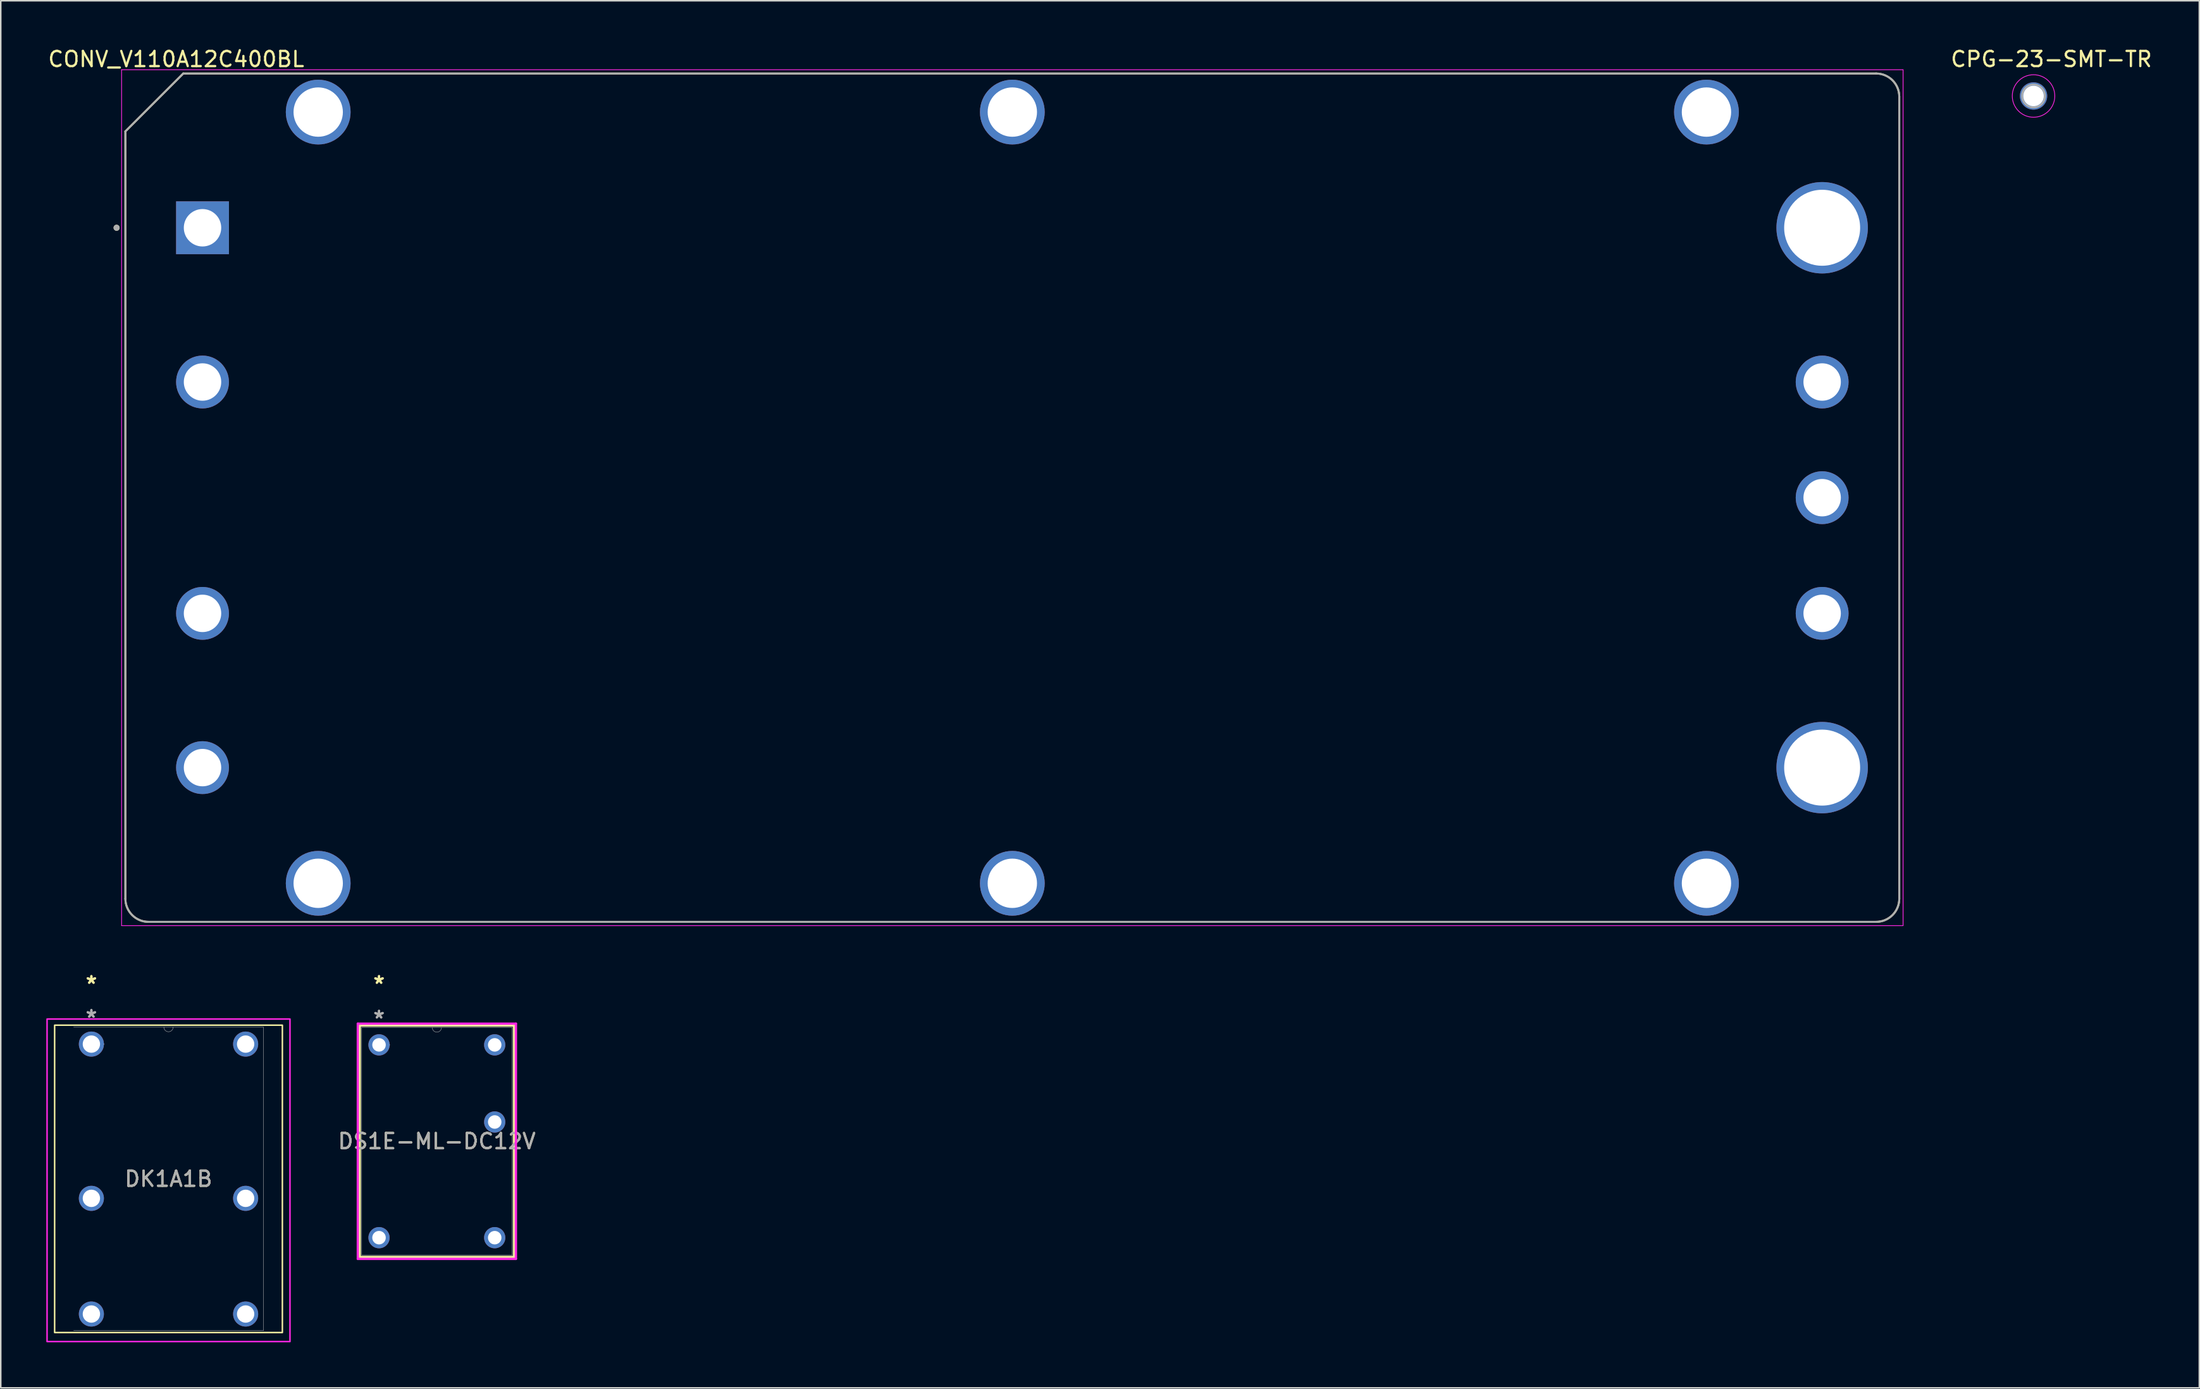
<source format=kicad_pcb>
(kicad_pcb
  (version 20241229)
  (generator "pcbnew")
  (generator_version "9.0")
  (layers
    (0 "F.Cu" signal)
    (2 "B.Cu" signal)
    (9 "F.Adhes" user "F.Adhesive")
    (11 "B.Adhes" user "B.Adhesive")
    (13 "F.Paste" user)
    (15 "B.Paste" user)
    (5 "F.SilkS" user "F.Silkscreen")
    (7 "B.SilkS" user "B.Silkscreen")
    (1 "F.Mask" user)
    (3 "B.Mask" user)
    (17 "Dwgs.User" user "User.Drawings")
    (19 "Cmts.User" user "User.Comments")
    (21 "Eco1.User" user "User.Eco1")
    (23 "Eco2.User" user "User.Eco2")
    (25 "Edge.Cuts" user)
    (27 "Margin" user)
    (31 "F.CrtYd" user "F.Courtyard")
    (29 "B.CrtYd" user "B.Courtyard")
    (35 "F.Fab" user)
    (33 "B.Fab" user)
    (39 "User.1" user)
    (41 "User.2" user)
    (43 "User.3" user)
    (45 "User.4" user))
  (footprint "CPG-23-SMT-TR"
    (layer "F.Cu")
    (at 130.893 3.273)
    (property "Reference" "CPG-23-SMT-TR" (at 1.175 -2.425 0) (layer "F.SilkS") (effects (font (size 1 1) (thickness 0.15))))
    (attr through_hole)
    (fp_circle (center 0 0) (end 1.4 0) (stroke (width 0.05) (type solid)) (fill no) (layer "F.CrtYd"))
    (fp_circle (center 0 0) (end 0.75 0) (stroke (width 0.127) (type solid)) (fill no) (layer "F.Fab"))
    (pad "1" thru_hole circle (at 0 0) (size 1.8 1.8) (drill 1.35) (layers "*.Cu" "*.Mask")))
  (footprint "CONV_V110A12C400BL"
    (layer "F.Cu")
    (at 63.629 29.733)
    (property "Reference" "CONV_V110A12C400BL" (at -55.075 -28.885 0) (layer "F.SilkS") (effects (font (size 1 1) (thickness 0.15))))
    (attr through_hole)
    (fp_line (start -58.42 -24.13) (end -58.42 26.416) (stroke (width 0.127) (type solid)) (layer "F.SilkS"))
    (fp_line (start -56.896 27.94) (end 56.896 27.94) (stroke (width 0.127) (type solid)) (layer "F.SilkS"))
    (fp_line (start -54.61 -27.94) (end -58.42 -24.13) (stroke (width 0.127) (type solid)) (layer "F.SilkS"))
    (fp_line (start 56.896 -27.94) (end -54.61 -27.94) (stroke (width 0.127) (type solid)) (layer "F.SilkS"))
    (fp_line (start 58.42 26.416) (end 58.42 -26.416) (stroke (width 0.127) (type solid)) (layer "F.SilkS"))
    (fp_arc (start -56.896 27.94) (mid -57.973631 27.493631) (end -58.42 26.416) (stroke (width 0.127) (type solid)) (layer "F.SilkS"))
    (fp_arc (start 56.896 -27.94) (mid 57.973631 -27.493631) (end 58.42 -26.416) (stroke (width 0.127) (type solid)) (layer "F.SilkS"))
    (fp_arc (start 58.42 26.416) (mid 57.973631 27.493631) (end 56.896 27.94) (stroke (width 0.127) (type solid)) (layer "F.SilkS"))
    (fp_circle (center -59 -17.78) (end -58.9 -17.78) (stroke (width 0.2) (type solid)) (fill no) (layer "F.SilkS"))
    (fp_line (start -58.67 -28.19) (end 58.67 -28.19) (stroke (width 0.05) (type solid)) (layer "F.CrtYd"))
    (fp_line (start -58.67 28.19) (end -58.67 -28.19) (stroke (width 0.05) (type solid)) (layer "F.CrtYd"))
    (fp_line (start 58.67 -28.19) (end 58.67 28.19) (stroke (width 0.05) (type solid)) (layer "F.CrtYd"))
    (fp_line (start 58.67 28.19) (end -58.67 28.19) (stroke (width 0.05) (type solid)) (layer "F.CrtYd"))
    (fp_line (start -58.42 -24.13) (end -58.42 26.416) (stroke (width 0.127) (type solid)) (layer "F.Fab"))
    (fp_line (start -56.896 27.94) (end 56.896 27.94) (stroke (width 0.127) (type solid)) (layer "F.Fab"))
    (fp_line (start -54.61 -27.94) (end -58.42 -24.13) (stroke (width 0.127) (type solid)) (layer "F.Fab"))
    (fp_line (start 56.896 -27.94) (end -54.61 -27.94) (stroke (width 0.127) (type solid)) (layer "F.Fab"))
    (fp_line (start 58.42 26.416) (end 58.42 -26.416) (stroke (width 0.127) (type solid)) (layer "F.Fab"))
    (fp_arc (start -56.896 27.94) (mid -57.973631 27.493631) (end -58.42 26.416) (stroke (width 0.127) (type solid)) (layer "F.Fab"))
    (fp_arc (start 56.896 -27.94) (mid 57.973631 -27.493631) (end 58.42 -26.416) (stroke (width 0.127) (type solid)) (layer "F.Fab"))
    (fp_arc (start 58.42 26.416) (mid 57.973631 27.493631) (end 56.896 27.94) (stroke (width 0.127) (type solid)) (layer "F.Fab"))
    (fp_circle (center -59 -17.78) (end -58.9 -17.78) (stroke (width 0.2) (type solid)) (fill no) (layer "F.Fab"))
    (pad "1" thru_hole rect (at -53.34 -17.78) (size 3.48 3.48) (drill 2.464) (layers "*.Cu" "*.Mask"))
    (pad "2" thru_hole circle (at -53.34 -7.62) (size 3.48 3.48) (drill 2.464) (layers "*.Cu" "*.Mask"))
    (pad "3" thru_hole circle (at -53.34 7.62) (size 3.48 3.48) (drill 2.464) (layers "*.Cu" "*.Mask"))
    (pad "4" thru_hole circle (at -53.34 17.78) (size 3.48 3.48) (drill 2.464) (layers "*.Cu" "*.Mask"))
    (pad "5" thru_hole circle (at 53.34 17.78) (size 6.02 6.02) (drill 5.004) (layers "*.Cu" "*.Mask"))
    (pad "6" thru_hole circle (at 53.34 7.62) (size 3.48 3.48) (drill 2.464) (layers "*.Cu" "*.Mask"))
    (pad "7" thru_hole circle (at 53.34 0) (size 3.48 3.48) (drill 2.464) (layers "*.Cu" "*.Mask"))
    (pad "8" thru_hole circle (at 53.34 -7.62) (size 3.48 3.48) (drill 2.464) (layers "*.Cu" "*.Mask"))
    (pad "9" thru_hole circle (at 53.34 -17.78) (size 6.02 6.02) (drill 5.004) (layers "*.Cu" "*.Mask"))
    (pad "SH1" thru_hole circle (at -45.72 25.4) (size 4.266 4.266) (drill 3.25) (layers "*.Cu" "*.Mask"))
    (pad "SH2" thru_hole circle (at -45.72 -25.4) (size 4.266 4.266) (drill 3.25) (layers "*.Cu" "*.Mask"))
    (pad "SH3" thru_hole circle (at 0 25.4) (size 4.266 4.266) (drill 3.25) (layers "*.Cu" "*.Mask"))
    (pad "SH4" thru_hole circle (at 0 -25.4) (size 4.266 4.266) (drill 3.25) (layers "*.Cu" "*.Mask"))
    (pad "SH5" thru_hole circle (at 45.72 25.4) (size 4.266 4.266) (drill 3.25) (layers "*.Cu" "*.Mask"))
    (pad "SH6" thru_hole circle (at 45.72 -25.4) (size 4.266 4.266) (drill 3.25) (layers "*.Cu" "*.Mask")))
  (footprint "DK1A1B"
    (layer "F.Cu")
    (at 2.969 65.725)
    (property "Reference" "DK1A1B" (at 5.08 8.877 0) (unlocked yes) (layer "F.SilkS") (effects (font (size 1 1) (thickness 0.15))))
    (attr through_hole)
    (fp_rect (start -2.42 -1.245) (end 12.58 19) (stroke (width 0.1) (type default)) (fill no) (layer "F.SilkS"))
    (fp_rect (start -2.919 -1.651) (end 13.081 19.594) (stroke (width 0.1) (type default)) (fill no) (layer "F.CrtYd"))
    (fp_line (start -1.168 18.872) (end 11.328 18.872) (stroke (width 0.025) (type solid)) (layer "F.Fab"))
    (fp_line (start 11.328 -1.118) (end -1.168 -1.118) (stroke (width 0.025) (type solid)) (layer "F.Fab"))
    (fp_line (start 11.328 18.872) (end 11.328 -1.118) (stroke (width 0.025) (type solid)) (layer "F.Fab"))
    (fp_arc (start 5.3848 -1.1176) (mid 5.08 -0.8128) (end 4.7752 -1.1176) (stroke (width 0.0254) (type solid)) (layer "F.Fab"))
    (fp_circle (center 0.826 0) (end 0.826 0) (stroke (width 0.025) (type solid)) (fill no) (layer "F.Fab"))
    (fp_text user "*" (at 0 -3.929 0) (unlocked yes) (layer "F.SilkS") (effects (font (size 1 1) (thickness 0.15))))
    (fp_text user "*" (at 0 -3.929 0) (layer "F.SilkS") (effects (font (size 1 1) (thickness 0.15))))
    (fp_text user "*" (at 0 -1.693 0) (layer "F.Fab") (effects (font (size 1 1) (thickness 0.15))))
    (fp_text user "*" (at 0 -1.693 0) (unlocked yes) (layer "F.Fab") (effects (font (size 1 1) (thickness 0.15))))
    (fp_text user "${REFERENCE}" (at 5.08 8.877 0) (unlocked yes) (layer "F.Fab") (effects (font (size 1 1) (thickness 0.15))))
    (pad "1" thru_hole circle (at 0 0) (size 1.651 1.651) (drill 1.143) (layers "*.Cu" "*.Mask"))
    (pad "3" thru_hole circle (at 0 10.16) (size 1.651 1.651) (drill 1.143) (layers "*.Cu" "*.Mask"))
    (pad "4" thru_hole circle (at 0 17.78) (size 1.651 1.651) (drill 1.143) (layers "*.Cu" "*.Mask"))
    (pad "5" thru_hole circle (at 10.16 17.78) (size 1.651 1.651) (drill 1.143) (layers "*.Cu" "*.Mask"))
    (pad "6" thru_hole circle (at 10.16 10.16) (size 1.651 1.651) (drill 1.143) (layers "*.Cu" "*.Mask"))
    (pad "8" thru_hole circle (at 10.16 0) (size 1.651 1.651) (drill 1.143) (layers "*.Cu" "*.Mask")))
  (footprint "DS1E-ML-DC12V"
    (layer "F.Cu")
    (at 21.915 65.776)
    (property "Reference" "DS1E-ML-DC12V" (at 3.81 6.35 0) (unlocked yes) (layer "F.SilkS") (effects (font (size 1 1) (thickness 0.15))))
    (attr through_hole)
    (fp_line (start -1.27 -1.27) (end -1.27 13.97) (stroke (width 0.152) (type solid)) (layer "F.SilkS"))
    (fp_line (start -1.27 13.97) (end 8.89 13.97) (stroke (width 0.152) (type solid)) (layer "F.SilkS"))
    (fp_line (start 8.89 -1.27) (end -1.27 -1.27) (stroke (width 0.152) (type solid)) (layer "F.SilkS"))
    (fp_line (start 8.89 13.97) (end 8.89 -1.27) (stroke (width 0.152) (type solid)) (layer "F.SilkS"))
    (fp_line (start -1.397 -1.397) (end 9.017 -1.397) (stroke (width 0.152) (type solid)) (layer "F.CrtYd"))
    (fp_line (start -1.397 14.097) (end -1.397 -1.397) (stroke (width 0.152) (type solid)) (layer "F.CrtYd"))
    (fp_line (start 9.017 -1.397) (end 9.017 14.097) (stroke (width 0.152) (type solid)) (layer "F.CrtYd"))
    (fp_line (start 9.017 14.097) (end -1.397 14.097) (stroke (width 0.152) (type solid)) (layer "F.CrtYd"))
    (fp_line (start -1.143 -1.143) (end -1.143 13.843) (stroke (width 0.025) (type solid)) (layer "F.Fab"))
    (fp_line (start -1.143 13.843) (end 8.763 13.843) (stroke (width 0.025) (type solid)) (layer "F.Fab"))
    (fp_line (start 8.763 -1.143) (end -1.143 -1.143) (stroke (width 0.025) (type solid)) (layer "F.Fab"))
    (fp_line (start 8.763 13.843) (end 8.763 -1.143) (stroke (width 0.025) (type solid)) (layer "F.Fab"))
    (fp_arc (start 4.1148 -1.143) (mid 3.81 -0.8382) (end 3.5052 -1.143) (stroke (width 0.0254) (type solid)) (layer "F.Fab"))
    (fp_circle (center 0.699 0) (end 0.699 0) (stroke (width 0.025) (type solid)) (fill no) (layer "F.Fab"))
    (fp_text user "*" (at 0 -3.979 0) (layer "F.SilkS") (effects (font (size 1 1) (thickness 0.15))))
    (fp_text user "*" (at 0 -3.979 0) (unlocked yes) (layer "F.SilkS") (effects (font (size 1 1) (thickness 0.15))))
    (fp_text user "${REFERENCE}" (at 3.81 6.35 0) (unlocked yes) (layer "F.Fab") (effects (font (size 1 1) (thickness 0.15))))
    (fp_text user "*" (at 0 -1.693 0) (layer "F.Fab") (effects (font (size 1 1) (thickness 0.15))))
    (fp_text user "*" (at 0 -1.693 0) (unlocked yes) (layer "F.Fab") (effects (font (size 1 1) (thickness 0.15))))
    (pad "1" thru_hole circle (at 0 0) (size 1.397 1.397) (drill 0.889) (layers "*.Cu" "*.Mask"))
    (pad "6" thru_hole circle (at 0 12.7) (size 1.397 1.397) (drill 0.889) (layers "*.Cu" "*.Mask"))
    (pad "7" thru_hole circle (at 7.62 12.7) (size 1.397 1.397) (drill 0.889) (layers "*.Cu" "*.Mask"))
    (pad "10" thru_hole circle (at 7.62 5.08) (size 1.397 1.397) (drill 0.889) (layers "*.Cu" "*.Mask"))
    (pad "12" thru_hole circle (at 7.62 0) (size 1.397 1.397) (drill 0.889) (layers "*.Cu" "*.Mask")))
  (gr_rect
    (start -3 -3)
    (end 141.812 88.369)
    (stroke (width 0.1) (type default))
    (fill no)
    (layer "Edge.Cuts")))
</source>
